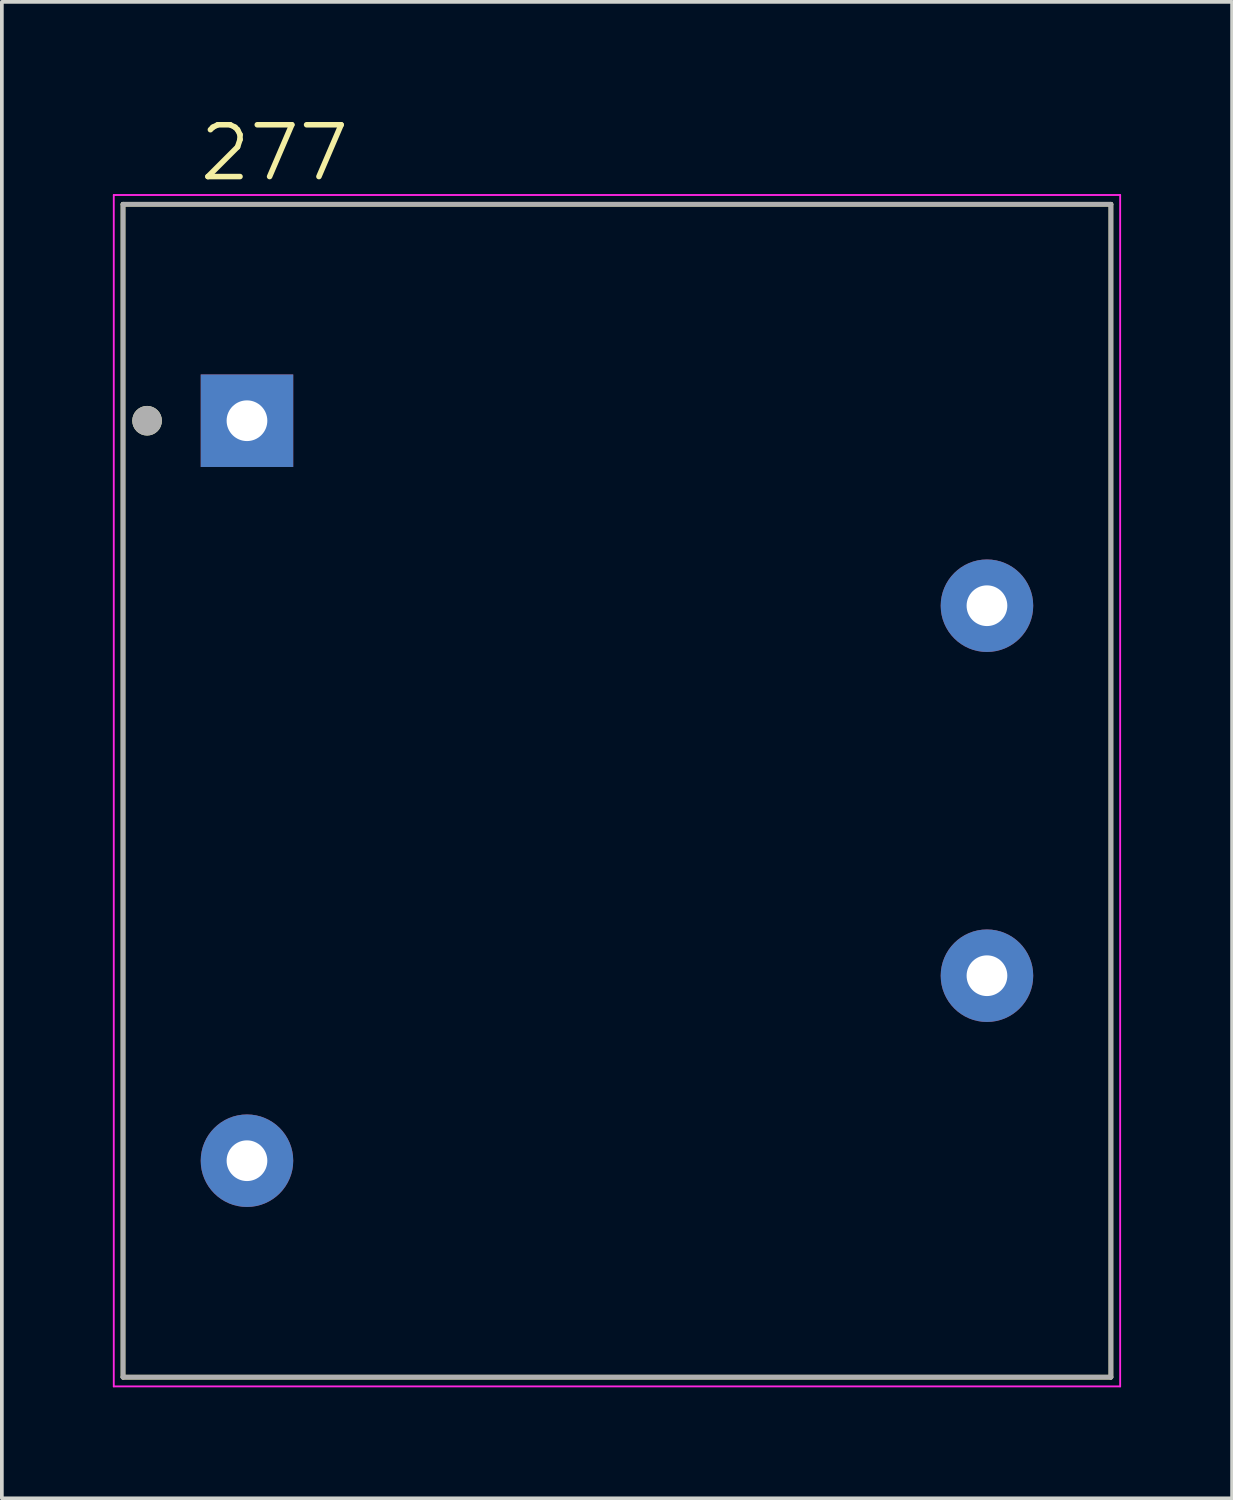
<source format=kicad_pcb>
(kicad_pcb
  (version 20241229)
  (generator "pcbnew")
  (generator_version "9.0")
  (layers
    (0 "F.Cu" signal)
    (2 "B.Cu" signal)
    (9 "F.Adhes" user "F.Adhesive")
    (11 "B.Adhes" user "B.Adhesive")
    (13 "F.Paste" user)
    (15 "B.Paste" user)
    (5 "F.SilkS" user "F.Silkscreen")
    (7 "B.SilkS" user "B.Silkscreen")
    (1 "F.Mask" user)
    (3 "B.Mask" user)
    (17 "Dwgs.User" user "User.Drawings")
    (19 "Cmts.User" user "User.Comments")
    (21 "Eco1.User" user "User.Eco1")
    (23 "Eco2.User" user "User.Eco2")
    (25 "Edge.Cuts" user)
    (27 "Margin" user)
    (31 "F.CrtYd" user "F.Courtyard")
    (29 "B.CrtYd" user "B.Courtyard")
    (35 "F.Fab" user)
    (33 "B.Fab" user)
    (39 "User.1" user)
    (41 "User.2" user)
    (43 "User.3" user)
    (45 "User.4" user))
  (footprint "277"
    (layer "F.Cu")
    (at 13.625 18.321)
    (property "Reference" "277" (at -9.255 -17.239 0) (layer "F.SilkS") (effects (font (size 1.4 1.4) (thickness 0.15))))
    (attr through_hole)
    (fp_line (start -13.35 -15.85) (end 13.35 -15.85) (stroke (width 0.127) (type solid)) (layer "F.SilkS"))
    (fp_line (start -13.35 15.85) (end -13.35 -15.85) (stroke (width 0.127) (type solid)) (layer "F.SilkS"))
    (fp_line (start 13.35 -15.85) (end 13.35 15.85) (stroke (width 0.127) (type solid)) (layer "F.SilkS"))
    (fp_line (start 13.35 15.85) (end -13.35 15.85) (stroke (width 0.127) (type solid)) (layer "F.SilkS"))
    (fp_circle (center -12.7 -10) (end -12.5 -10) (stroke (width 0.4) (type solid)) (fill no) (layer "F.SilkS"))
    (fp_line (start -13.6 -16.1) (end 13.6 -16.1) (stroke (width 0.05) (type solid)) (layer "F.CrtYd"))
    (fp_line (start -13.6 16.1) (end -13.6 -16.1) (stroke (width 0.05) (type solid)) (layer "F.CrtYd"))
    (fp_line (start 13.6 -16.1) (end 13.6 16.1) (stroke (width 0.05) (type solid)) (layer "F.CrtYd"))
    (fp_line (start 13.6 16.1) (end -13.6 16.1) (stroke (width 0.05) (type solid)) (layer "F.CrtYd"))
    (fp_line (start -13.35 -15.85) (end 13.35 -15.85) (stroke (width 0.127) (type solid)) (layer "F.Fab"))
    (fp_line (start -13.35 15.85) (end -13.35 -15.85) (stroke (width 0.127) (type solid)) (layer "F.Fab"))
    (fp_line (start 13.35 -15.85) (end 13.35 15.85) (stroke (width 0.127) (type solid)) (layer "F.Fab"))
    (fp_line (start 13.35 15.85) (end -13.35 15.85) (stroke (width 0.127) (type solid)) (layer "F.Fab"))
    (fp_circle (center -12.7 -10) (end -12.5 -10) (stroke (width 0.4) (type solid)) (fill no) (layer "F.Fab"))
    (pad "1" thru_hole rect (at -10 -10) (size 2.5 2.5) (drill 1.1) (layers "*.Cu" "*.Mask"))
    (pad "5" thru_hole circle (at -10 10) (size 2.5 2.5) (drill 1.1) (layers "*.Cu" "*.Mask"))
    (pad "7" thru_hole circle (at 10 5) (size 2.5 2.5) (drill 1.1) (layers "*.Cu" "*.Mask"))
    (pad "9" thru_hole circle (at 10 -5) (size 2.5 2.5) (drill 1.1) (layers "*.Cu" "*.Mask")))
  (gr_rect
    (start -3 -3)
    (end 30.25 37.446)
    (stroke (width 0.1) (type default))
    (fill no)
    (layer "Edge.Cuts")))
</source>
